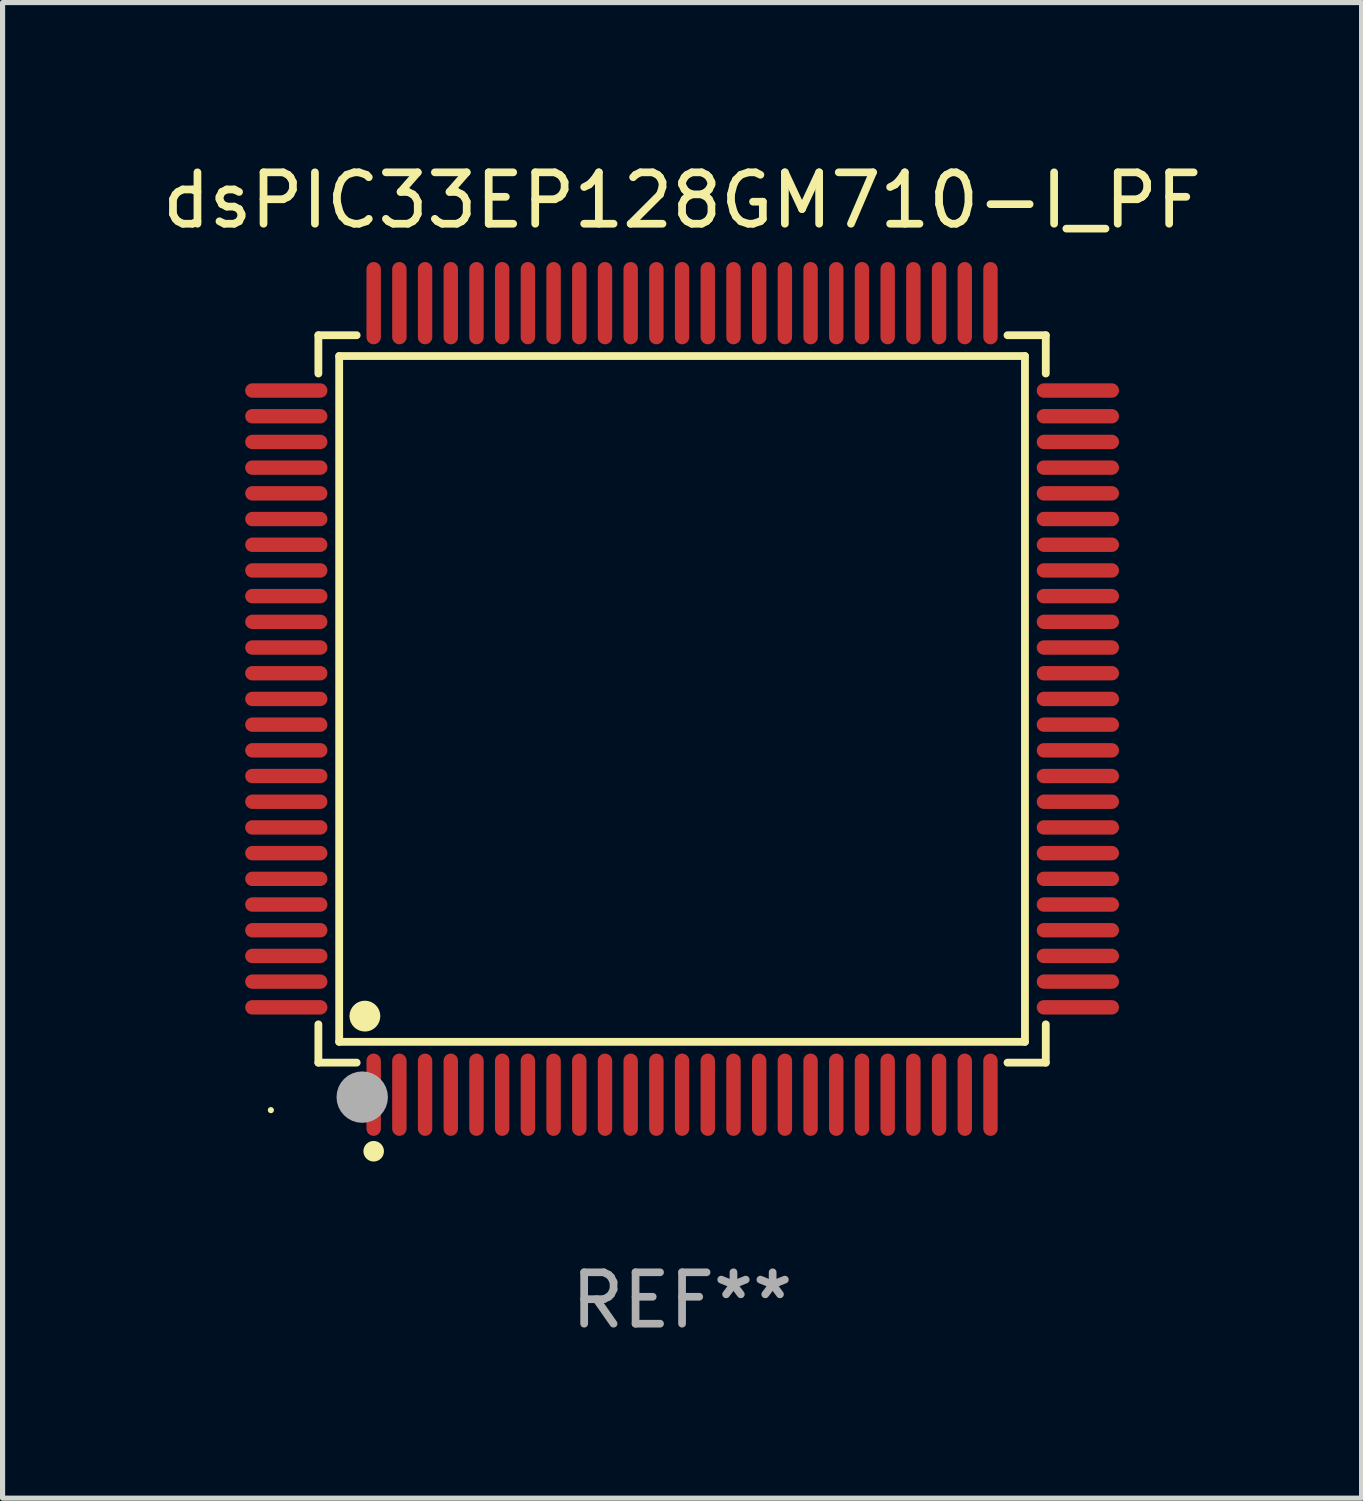
<source format=kicad_pcb>
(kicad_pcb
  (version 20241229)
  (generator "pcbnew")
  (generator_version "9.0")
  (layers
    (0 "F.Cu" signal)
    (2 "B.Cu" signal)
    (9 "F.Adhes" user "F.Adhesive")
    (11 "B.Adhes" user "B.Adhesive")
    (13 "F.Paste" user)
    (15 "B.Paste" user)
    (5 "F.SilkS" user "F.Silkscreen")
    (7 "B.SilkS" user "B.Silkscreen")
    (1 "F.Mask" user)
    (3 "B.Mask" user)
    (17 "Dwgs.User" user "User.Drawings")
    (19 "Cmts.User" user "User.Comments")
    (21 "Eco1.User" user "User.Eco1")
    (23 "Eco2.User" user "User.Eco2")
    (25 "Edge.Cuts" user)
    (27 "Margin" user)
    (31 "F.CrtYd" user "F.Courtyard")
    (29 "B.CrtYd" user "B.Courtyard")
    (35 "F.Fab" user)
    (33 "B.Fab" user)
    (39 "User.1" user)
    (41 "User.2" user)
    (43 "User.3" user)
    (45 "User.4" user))
  (footprint "dsPIC33EP128GM710-I_PF"
    (layer "F.Cu")
    (at 10.22 10.548)
    (property "Reference" "dsPIC33EP128GM710-I_PF" (at 0 -9.7 0) (layer "F.SilkS") (effects (font (size 1 1) (thickness 0.15))))
    (attr through_hole)
    (fp_line (start -7.076 -7.076) (end -6.331 -7.076) (stroke (width 0.152) (type solid)) (layer "F.SilkS"))
    (fp_line (start -7.076 -6.331) (end -7.076 -7.076) (stroke (width 0.152) (type solid)) (layer "F.SilkS"))
    (fp_line (start -7.076 6.331) (end -7.076 7.076) (stroke (width 0.152) (type solid)) (layer "F.SilkS"))
    (fp_line (start -7.076 7.076) (end -6.331 7.076) (stroke (width 0.152) (type solid)) (layer "F.SilkS"))
    (fp_line (start -6.671 -6.671) (end 6.671 -6.671) (stroke (width 0.152) (type solid)) (layer "F.SilkS"))
    (fp_line (start -6.671 6.671) (end -6.671 -6.671) (stroke (width 0.152) (type solid)) (layer "F.SilkS"))
    (fp_line (start 6.671 -6.671) (end 6.671 6.671) (stroke (width 0.152) (type solid)) (layer "F.SilkS"))
    (fp_line (start 6.671 6.671) (end -6.671 6.671) (stroke (width 0.152) (type solid)) (layer "F.SilkS"))
    (fp_line (start 7.076 -7.076) (end 6.331 -7.076) (stroke (width 0.152) (type solid)) (layer "F.SilkS"))
    (fp_line (start 7.076 -6.331) (end 7.076 -7.076) (stroke (width 0.152) (type solid)) (layer "F.SilkS"))
    (fp_line (start 7.076 6.331) (end 7.076 7.076) (stroke (width 0.152) (type solid)) (layer "F.SilkS"))
    (fp_line (start 7.076 7.076) (end 6.331 7.076) (stroke (width 0.152) (type solid)) (layer "F.SilkS"))
    (fp_circle (center -8 8) (end -7.97 8) (stroke (width 0.06) (type solid)) (fill no) (layer "F.SilkS"))
    (fp_circle (center -6.171 6.171) (end -6.021 6.171) (stroke (width 0.3) (type solid)) (fill no) (layer "F.SilkS"))
    (fp_circle (center -6 8.8) (end -5.9 8.8) (stroke (width 0.2) (type solid)) (fill no) (layer "F.SilkS"))
    (fp_circle (center -6.223 7.747) (end -5.973 7.747) (stroke (width 0.5) (type solid)) (fill no) (layer "F.Fab"))
    (fp_text user "REF**" (at 0 11.7 0) (layer "F.Fab") (effects (font (size 1 1) (thickness 0.15))))
    (pad "1" smd oval (at -6 7.7) (size 0.28 1.6) (layers "F.Cu" "F.Mask" "F.Paste"))
    (pad "2" smd oval (at -5.5 7.7) (size 0.28 1.6) (layers "F.Cu" "F.Mask" "F.Paste"))
    (pad "3" smd oval (at -5 7.7) (size 0.28 1.6) (layers "F.Cu" "F.Mask" "F.Paste"))
    (pad "4" smd oval (at -4.5 7.7) (size 0.28 1.6) (layers "F.Cu" "F.Mask" "F.Paste"))
    (pad "5" smd oval (at -4 7.7) (size 0.28 1.6) (layers "F.Cu" "F.Mask" "F.Paste"))
    (pad "6" smd oval (at -3.5 7.7) (size 0.28 1.6) (layers "F.Cu" "F.Mask" "F.Paste"))
    (pad "7" smd oval (at -3 7.7) (size 0.28 1.6) (layers "F.Cu" "F.Mask" "F.Paste"))
    (pad "8" smd oval (at -2.5 7.7) (size 0.28 1.6) (layers "F.Cu" "F.Mask" "F.Paste"))
    (pad "9" smd oval (at -2 7.7) (size 0.28 1.6) (layers "F.Cu" "F.Mask" "F.Paste"))
    (pad "10" smd oval (at -1.5 7.7) (size 0.28 1.6) (layers "F.Cu" "F.Mask" "F.Paste"))
    (pad "11" smd oval (at -1 7.7) (size 0.28 1.6) (layers "F.Cu" "F.Mask" "F.Paste"))
    (pad "12" smd oval (at -0.5 7.7) (size 0.28 1.6) (layers "F.Cu" "F.Mask" "F.Paste"))
    (pad "13" smd oval (at 0 7.7) (size 0.28 1.6) (layers "F.Cu" "F.Mask" "F.Paste"))
    (pad "14" smd oval (at 0.5 7.7) (size 0.28 1.6) (layers "F.Cu" "F.Mask" "F.Paste"))
    (pad "15" smd oval (at 1 7.7) (size 0.28 1.6) (layers "F.Cu" "F.Mask" "F.Paste"))
    (pad "16" smd oval (at 1.5 7.7) (size 0.28 1.6) (layers "F.Cu" "F.Mask" "F.Paste"))
    (pad "17" smd oval (at 2 7.7) (size 0.28 1.6) (layers "F.Cu" "F.Mask" "F.Paste"))
    (pad "18" smd oval (at 2.5 7.7) (size 0.28 1.6) (layers "F.Cu" "F.Mask" "F.Paste"))
    (pad "19" smd oval (at 3 7.7) (size 0.28 1.6) (layers "F.Cu" "F.Mask" "F.Paste"))
    (pad "20" smd oval (at 3.5 7.7) (size 0.28 1.6) (layers "F.Cu" "F.Mask" "F.Paste"))
    (pad "21" smd oval (at 4 7.7) (size 0.28 1.6) (layers "F.Cu" "F.Mask" "F.Paste"))
    (pad "22" smd oval (at 4.5 7.7) (size 0.28 1.6) (layers "F.Cu" "F.Mask" "F.Paste"))
    (pad "23" smd oval (at 5 7.7) (size 0.28 1.6) (layers "F.Cu" "F.Mask" "F.Paste"))
    (pad "24" smd oval (at 5.5 7.7) (size 0.28 1.6) (layers "F.Cu" "F.Mask" "F.Paste"))
    (pad "25" smd oval (at 6 7.7) (size 0.28 1.6) (layers "F.Cu" "F.Mask" "F.Paste"))
    (pad "26" smd oval (at 7.7 6) (size 1.6 0.28) (layers "F.Cu" "F.Mask" "F.Paste"))
    (pad "27" smd oval (at 7.7 5.5) (size 1.6 0.28) (layers "F.Cu" "F.Mask" "F.Paste"))
    (pad "28" smd oval (at 7.7 5) (size 1.6 0.28) (layers "F.Cu" "F.Mask" "F.Paste"))
    (pad "29" smd oval (at 7.7 4.5) (size 1.6 0.28) (layers "F.Cu" "F.Mask" "F.Paste"))
    (pad "30" smd oval (at 7.7 4) (size 1.6 0.28) (layers "F.Cu" "F.Mask" "F.Paste"))
    (pad "31" smd oval (at 7.7 3.5) (size 1.6 0.28) (layers "F.Cu" "F.Mask" "F.Paste"))
    (pad "32" smd oval (at 7.7 3) (size 1.6 0.28) (layers "F.Cu" "F.Mask" "F.Paste"))
    (pad "33" smd oval (at 7.7 2.5) (size 1.6 0.28) (layers "F.Cu" "F.Mask" "F.Paste"))
    (pad "34" smd oval (at 7.7 2) (size 1.6 0.28) (layers "F.Cu" "F.Mask" "F.Paste"))
    (pad "35" smd oval (at 7.7 1.5) (size 1.6 0.28) (layers "F.Cu" "F.Mask" "F.Paste"))
    (pad "36" smd oval (at 7.7 1) (size 1.6 0.28) (layers "F.Cu" "F.Mask" "F.Paste"))
    (pad "37" smd oval (at 7.7 0.5) (size 1.6 0.28) (layers "F.Cu" "F.Mask" "F.Paste"))
    (pad "38" smd oval (at 7.7 0) (size 1.6 0.28) (layers "F.Cu" "F.Mask" "F.Paste"))
    (pad "39" smd oval (at 7.7 -0.5) (size 1.6 0.28) (layers "F.Cu" "F.Mask" "F.Paste"))
    (pad "40" smd oval (at 7.7 -1) (size 1.6 0.28) (layers "F.Cu" "F.Mask" "F.Paste"))
    (pad "41" smd oval (at 7.7 -1.5) (size 1.6 0.28) (layers "F.Cu" "F.Mask" "F.Paste"))
    (pad "42" smd oval (at 7.7 -2) (size 1.6 0.28) (layers "F.Cu" "F.Mask" "F.Paste"))
    (pad "43" smd oval (at 7.7 -2.5) (size 1.6 0.28) (layers "F.Cu" "F.Mask" "F.Paste"))
    (pad "44" smd oval (at 7.7 -3) (size 1.6 0.28) (layers "F.Cu" "F.Mask" "F.Paste"))
    (pad "45" smd oval (at 7.7 -3.5) (size 1.6 0.28) (layers "F.Cu" "F.Mask" "F.Paste"))
    (pad "46" smd oval (at 7.7 -4) (size 1.6 0.28) (layers "F.Cu" "F.Mask" "F.Paste"))
    (pad "47" smd oval (at 7.7 -4.5) (size 1.6 0.28) (layers "F.Cu" "F.Mask" "F.Paste"))
    (pad "48" smd oval (at 7.7 -5) (size 1.6 0.28) (layers "F.Cu" "F.Mask" "F.Paste"))
    (pad "49" smd oval (at 7.7 -5.5) (size 1.6 0.28) (layers "F.Cu" "F.Mask" "F.Paste"))
    (pad "50" smd oval (at 7.7 -6) (size 1.6 0.28) (layers "F.Cu" "F.Mask" "F.Paste"))
    (pad "51" smd oval (at 6 -7.7) (size 0.28 1.6) (layers "F.Cu" "F.Mask" "F.Paste"))
    (pad "52" smd oval (at 5.5 -7.7) (size 0.28 1.6) (layers "F.Cu" "F.Mask" "F.Paste"))
    (pad "53" smd oval (at 5 -7.7) (size 0.28 1.6) (layers "F.Cu" "F.Mask" "F.Paste"))
    (pad "54" smd oval (at 4.5 -7.7) (size 0.28 1.6) (layers "F.Cu" "F.Mask" "F.Paste"))
    (pad "55" smd oval (at 4 -7.7) (size 0.28 1.6) (layers "F.Cu" "F.Mask" "F.Paste"))
    (pad "56" smd oval (at 3.5 -7.7) (size 0.28 1.6) (layers "F.Cu" "F.Mask" "F.Paste"))
    (pad "57" smd oval (at 3 -7.7) (size 0.28 1.6) (layers "F.Cu" "F.Mask" "F.Paste"))
    (pad "58" smd oval (at 2.5 -7.7) (size 0.28 1.6) (layers "F.Cu" "F.Mask" "F.Paste"))
    (pad "59" smd oval (at 2 -7.7) (size 0.28 1.6) (layers "F.Cu" "F.Mask" "F.Paste"))
    (pad "60" smd oval (at 1.5 -7.7) (size 0.28 1.6) (layers "F.Cu" "F.Mask" "F.Paste"))
    (pad "61" smd oval (at 1 -7.7) (size 0.28 1.6) (layers "F.Cu" "F.Mask" "F.Paste"))
    (pad "62" smd oval (at 0.5 -7.7) (size 0.28 1.6) (layers "F.Cu" "F.Mask" "F.Paste"))
    (pad "63" smd oval (at 0 -7.7) (size 0.28 1.6) (layers "F.Cu" "F.Mask" "F.Paste"))
    (pad "64" smd oval (at -0.5 -7.7) (size 0.28 1.6) (layers "F.Cu" "F.Mask" "F.Paste"))
    (pad "65" smd oval (at -1 -7.7) (size 0.28 1.6) (layers "F.Cu" "F.Mask" "F.Paste"))
    (pad "66" smd oval (at -1.5 -7.7) (size 0.28 1.6) (layers "F.Cu" "F.Mask" "F.Paste"))
    (pad "67" smd oval (at -2 -7.7) (size 0.28 1.6) (layers "F.Cu" "F.Mask" "F.Paste"))
    (pad "68" smd oval (at -2.5 -7.7) (size 0.28 1.6) (layers "F.Cu" "F.Mask" "F.Paste"))
    (pad "69" smd oval (at -3 -7.7) (size 0.28 1.6) (layers "F.Cu" "F.Mask" "F.Paste"))
    (pad "70" smd oval (at -3.5 -7.7) (size 0.28 1.6) (layers "F.Cu" "F.Mask" "F.Paste"))
    (pad "71" smd oval (at -4 -7.7) (size 0.28 1.6) (layers "F.Cu" "F.Mask" "F.Paste"))
    (pad "72" smd oval (at -4.5 -7.7) (size 0.28 1.6) (layers "F.Cu" "F.Mask" "F.Paste"))
    (pad "73" smd oval (at -5 -7.7) (size 0.28 1.6) (layers "F.Cu" "F.Mask" "F.Paste"))
    (pad "74" smd oval (at -5.5 -7.7) (size 0.28 1.6) (layers "F.Cu" "F.Mask" "F.Paste"))
    (pad "75" smd oval (at -6 -7.7) (size 0.28 1.6) (layers "F.Cu" "F.Mask" "F.Paste"))
    (pad "76" smd oval (at -7.7 -6) (size 1.6 0.28) (layers "F.Cu" "F.Mask" "F.Paste"))
    (pad "77" smd oval (at -7.7 -5.5) (size 1.6 0.28) (layers "F.Cu" "F.Mask" "F.Paste"))
    (pad "78" smd oval (at -7.7 -5) (size 1.6 0.28) (layers "F.Cu" "F.Mask" "F.Paste"))
    (pad "79" smd oval (at -7.7 -4.5) (size 1.6 0.28) (layers "F.Cu" "F.Mask" "F.Paste"))
    (pad "80" smd oval (at -7.7 -4) (size 1.6 0.28) (layers "F.Cu" "F.Mask" "F.Paste"))
    (pad "81" smd oval (at -7.7 -3.5) (size 1.6 0.28) (layers "F.Cu" "F.Mask" "F.Paste"))
    (pad "82" smd oval (at -7.7 -3) (size 1.6 0.28) (layers "F.Cu" "F.Mask" "F.Paste"))
    (pad "83" smd oval (at -7.7 -2.5) (size 1.6 0.28) (layers "F.Cu" "F.Mask" "F.Paste"))
    (pad "84" smd oval (at -7.7 -2) (size 1.6 0.28) (layers "F.Cu" "F.Mask" "F.Paste"))
    (pad "85" smd oval (at -7.7 -1.5) (size 1.6 0.28) (layers "F.Cu" "F.Mask" "F.Paste"))
    (pad "86" smd oval (at -7.7 -1) (size 1.6 0.28) (layers "F.Cu" "F.Mask" "F.Paste"))
    (pad "87" smd oval (at -7.7 -0.5) (size 1.6 0.28) (layers "F.Cu" "F.Mask" "F.Paste"))
    (pad "88" smd oval (at -7.7 0) (size 1.6 0.28) (layers "F.Cu" "F.Mask" "F.Paste"))
    (pad "89" smd oval (at -7.7 0.5) (size 1.6 0.28) (layers "F.Cu" "F.Mask" "F.Paste"))
    (pad "90" smd oval (at -7.7 1) (size 1.6 0.28) (layers "F.Cu" "F.Mask" "F.Paste"))
    (pad "91" smd oval (at -7.7 1.5) (size 1.6 0.28) (layers "F.Cu" "F.Mask" "F.Paste"))
    (pad "92" smd oval (at -7.7 2) (size 1.6 0.28) (layers "F.Cu" "F.Mask" "F.Paste"))
    (pad "93" smd oval (at -7.7 2.5) (size 1.6 0.28) (layers "F.Cu" "F.Mask" "F.Paste"))
    (pad "94" smd oval (at -7.7 3) (size 1.6 0.28) (layers "F.Cu" "F.Mask" "F.Paste"))
    (pad "95" smd oval (at -7.7 3.5) (size 1.6 0.28) (layers "F.Cu" "F.Mask" "F.Paste"))
    (pad "96" smd oval (at -7.7 4) (size 1.6 0.28) (layers "F.Cu" "F.Mask" "F.Paste"))
    (pad "97" smd oval (at -7.7 4.5) (size 1.6 0.28) (layers "F.Cu" "F.Mask" "F.Paste"))
    (pad "98" smd oval (at -7.7 5) (size 1.6 0.28) (layers "F.Cu" "F.Mask" "F.Paste"))
    (pad "99" smd oval (at -7.7 5.5) (size 1.6 0.28) (layers "F.Cu" "F.Mask" "F.Paste"))
    (pad "100" smd oval (at -7.7 6) (size 1.6 0.28) (layers "F.Cu" "F.Mask" "F.Paste")))
  (gr_rect
    (start -3 -3)
    (end 23.44 26.097)
    (stroke (width 0.1) (type default))
    (fill no)
    (layer "Edge.Cuts")))
</source>
